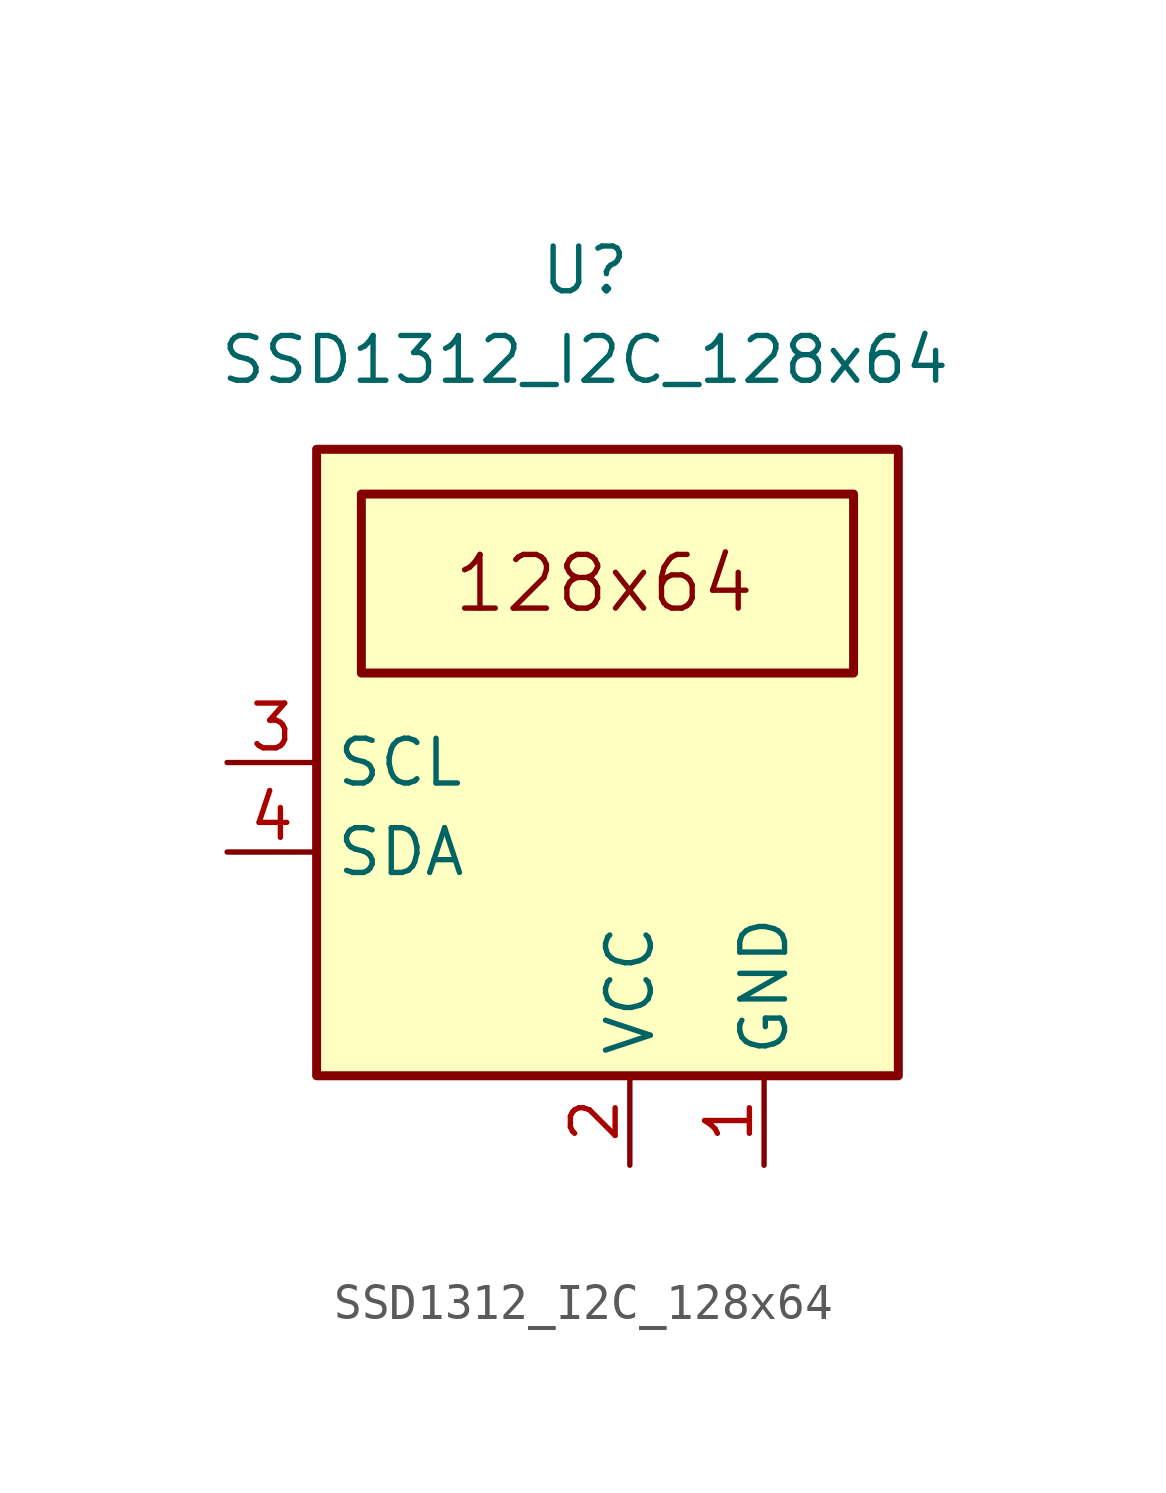
<source format=kicad_sym>
(kicad_symbol_lib
  (version 20211014)
  (generator kicad_symbol_editor)
  (symbol "SSD1312_I2C_128x64"
    (property "Reference" "U"
      (at 0 3.81 0)
      (effects (font (size 1.27 1.27))))
    (property "Value" "SSD1312_I2C_128x64"
      (at 0 1.27 0)
      (effects (font (size 1.27 1.27))))
    (symbol "SSD1312_I2C_128x64_0_0"
      (rectangle (start -6.35 -2.54) (end 7.62 -7.62) (stroke (width 0.254) (type default) (color 0 0 0 0)) (fill (type none)))
      (text "128x64" (at -3.81 -5.08 0) (effects (font (size 1.524 1.524)) (justify left))))
    (symbol "SSD1312_I2C_128x64_0_1"
      (rectangle (start -7.62 -1.27) (end 8.89 -19.05) (stroke (width 0.254) (type default) (color 0 0 0 0)) (fill (type background))))
    (symbol "SSD1312_I2C_128x64_1_1"
      (pin power_in line (at 5.08 -21.59 90) (length 2.54) (name "GND" (effects (font (size 1.27 1.27)))) (number "1" (effects (font (size 1.27 1.27)))))
      (pin power_in line (at 1.27 -21.59 90) (length 2.54) (name "VCC" (effects (font (size 1.27 1.27)))) (number "2" (effects (font (size 1.27 1.27)))))
      (pin input line (at -10.16 -10.16 0) (length 2.54) (name "SCL" (effects (font (size 1.27 1.27)))) (number "3" (effects (font (size 1.27 1.27)))))
      (pin bidirectional line (at -10.16 -12.7 0) (length 2.54) (name "SDA" (effects (font (size 1.27 1.27)))) (number "4" (effects (font (size 1.27 1.27))))))))
</source>
